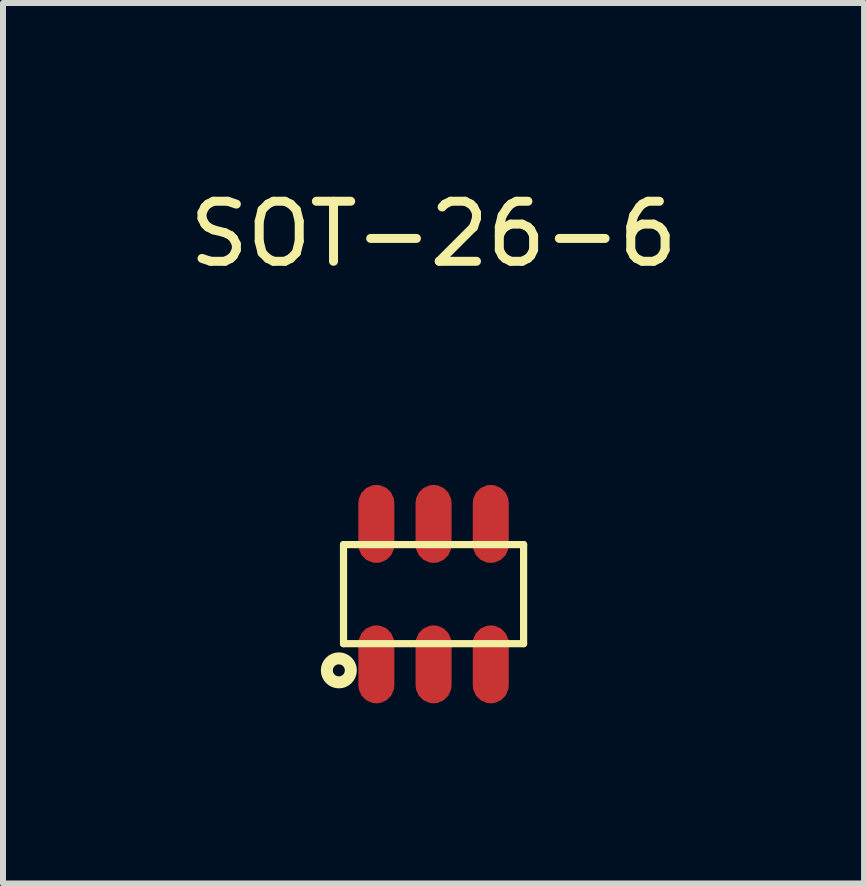
<source format=kicad_pcb>
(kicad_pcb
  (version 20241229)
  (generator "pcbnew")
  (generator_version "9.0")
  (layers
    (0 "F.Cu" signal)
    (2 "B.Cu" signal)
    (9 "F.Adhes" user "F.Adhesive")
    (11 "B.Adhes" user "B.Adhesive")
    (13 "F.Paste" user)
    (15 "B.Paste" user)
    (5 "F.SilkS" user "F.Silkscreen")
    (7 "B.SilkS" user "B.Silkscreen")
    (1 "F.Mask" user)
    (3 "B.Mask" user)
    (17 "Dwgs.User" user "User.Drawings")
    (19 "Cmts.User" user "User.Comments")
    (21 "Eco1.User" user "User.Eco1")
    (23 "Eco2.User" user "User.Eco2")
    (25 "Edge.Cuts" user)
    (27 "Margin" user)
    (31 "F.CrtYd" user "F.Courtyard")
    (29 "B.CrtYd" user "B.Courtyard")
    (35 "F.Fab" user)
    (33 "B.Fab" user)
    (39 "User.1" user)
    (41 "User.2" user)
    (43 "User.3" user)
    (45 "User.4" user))
  (footprint "SOT-26-6"
    (layer "F.Cu")
    (at 4.173 6.848)
    (property "Reference" "SOT-26-6" (at 0 -6 0) (layer "F.SilkS") (effects (font (size 1 1) (thickness 0.15))))
    (attr through_hole)
    (fp_line (start -1.5 -0.825) (end -1.5 0.825) (stroke (width 0.12) (type solid)) (layer "F.SilkS"))
    (fp_line (start -1.5 0.825) (end 1.5 0.825) (stroke (width 0.12) (type solid)) (layer "F.SilkS"))
    (fp_line (start 1.5 -0.825) (end -1.5 -0.825) (stroke (width 0.12) (type solid)) (layer "F.SilkS"))
    (fp_line (start 1.5 0.825) (end 1.5 -0.825) (stroke (width 0.12) (type solid)) (layer "F.SilkS"))
    (fp_circle (center -1.578 1.27) (end -1.378 1.27) (stroke (width 0.2) (type solid)) (fill no) (layer "F.SilkS"))
    (pad "1" smd roundrect (at -0.953 1.17 90) (size 1.3 0.6) (layers "F.Cu" "F.Mask" "F.Paste") (roundrect_rratio 0.5))
    (pad "2" smd roundrect (at 0 1.17 90) (size 1.3 0.6) (layers "F.Cu" "F.Mask" "F.Paste") (roundrect_rratio 0.5))
    (pad "3" smd roundrect (at 0.953 1.17 90) (size 1.3 0.6) (layers "F.Cu" "F.Mask" "F.Paste") (roundrect_rratio 0.5))
    (pad "4" smd roundrect (at 0.953 -1.17 90) (size 1.3 0.6) (layers "F.Cu" "F.Mask" "F.Paste") (roundrect_rratio 0.5))
    (pad "5" smd roundrect (at 0 -1.17 90) (size 1.3 0.6) (layers "F.Cu" "F.Mask" "F.Paste") (roundrect_rratio 0.5))
    (pad "6" smd roundrect (at -0.953 -1.17 90) (size 1.3 0.6) (layers "F.Cu" "F.Mask" "F.Paste") (roundrect_rratio 0.5)))
  (gr_rect
    (start -3 -3)
    (end 11.345 11.668)
    (stroke (width 0.1) (type default))
    (fill no)
    (layer "Edge.Cuts")))
</source>
